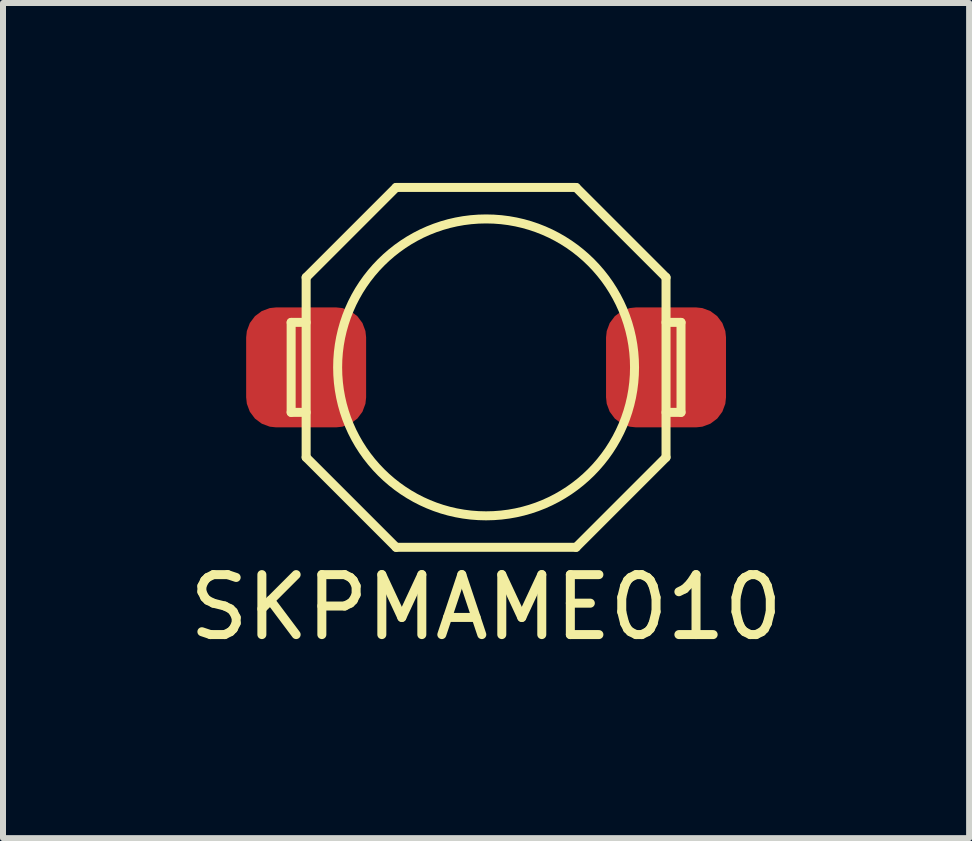
<source format=kicad_pcb>
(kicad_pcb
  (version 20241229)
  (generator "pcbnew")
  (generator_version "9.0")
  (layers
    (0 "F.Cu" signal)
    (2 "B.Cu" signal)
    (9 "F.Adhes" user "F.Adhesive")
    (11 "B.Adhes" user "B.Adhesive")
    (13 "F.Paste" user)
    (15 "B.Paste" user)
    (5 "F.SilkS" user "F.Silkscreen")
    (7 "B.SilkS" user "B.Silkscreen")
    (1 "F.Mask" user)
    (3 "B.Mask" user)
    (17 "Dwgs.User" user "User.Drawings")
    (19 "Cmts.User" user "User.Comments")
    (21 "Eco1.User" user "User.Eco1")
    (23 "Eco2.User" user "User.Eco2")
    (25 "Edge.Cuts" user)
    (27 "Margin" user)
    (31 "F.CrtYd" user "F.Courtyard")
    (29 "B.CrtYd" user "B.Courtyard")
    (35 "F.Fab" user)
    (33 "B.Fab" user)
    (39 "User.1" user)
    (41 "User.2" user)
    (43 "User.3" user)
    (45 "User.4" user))
  (footprint "SKPMAME010"
    (layer "F.Cu")
    (at 5.054 3.075)
    (property "Reference" "SKPMAME010" (at 0 4 0) (layer "F.SilkS") (effects (font (size 1 1) (thickness 0.15))))
    (attr through_hole)
    (fp_line (start -3.25 -0.75) (end -3.25 0.75) (stroke (width 0.15) (type solid)) (layer "F.SilkS"))
    (fp_line (start -3.25 0.75) (end -3 0.75) (stroke (width 0.15) (type solid)) (layer "F.SilkS"))
    (fp_line (start -3 -1.5) (end -1.5 -3) (stroke (width 0.15) (type solid)) (layer "F.SilkS"))
    (fp_line (start -3 -0.75) (end -3.25 -0.75) (stroke (width 0.15) (type solid)) (layer "F.SilkS"))
    (fp_line (start -3 1.5) (end -3 -1.5) (stroke (width 0.15) (type solid)) (layer "F.SilkS"))
    (fp_line (start -1.5 -3) (end 1.5 -3) (stroke (width 0.15) (type solid)) (layer "F.SilkS"))
    (fp_line (start -1.5 3) (end -3 1.5) (stroke (width 0.15) (type solid)) (layer "F.SilkS"))
    (fp_line (start 1.5 -3) (end 3 -1.5) (stroke (width 0.15) (type solid)) (layer "F.SilkS"))
    (fp_line (start 1.5 3) (end -1.5 3) (stroke (width 0.15) (type solid)) (layer "F.SilkS"))
    (fp_line (start 3 -1.5) (end 3 1.5) (stroke (width 0.15) (type solid)) (layer "F.SilkS"))
    (fp_line (start 3 -0.75) (end 3.25 -0.75) (stroke (width 0.15) (type solid)) (layer "F.SilkS"))
    (fp_line (start 3 1.5) (end 1.5 3) (stroke (width 0.15) (type solid)) (layer "F.SilkS"))
    (fp_line (start 3.25 -0.75) (end 3.25 0.75) (stroke (width 0.15) (type solid)) (layer "F.SilkS"))
    (fp_line (start 3.25 0.75) (end 3 0.75) (stroke (width 0.15) (type solid)) (layer "F.SilkS"))
    (fp_circle (center 0 0) (end 1.75 -1.75) (stroke (width 0.15) (type solid)) (fill no) (layer "F.SilkS"))
    (pad "1" smd roundrect (at -3 0) (size 2 2) (layers "F.Cu" "F.Mask" "F.Paste") (roundrect_rratio 0.25))
    (pad "2" smd roundrect (at 3 0) (size 2 2) (layers "F.Cu" "F.Mask" "F.Paste") (roundrect_rratio 0.25)))
  (gr_rect
    (start -3 -3)
    (end 13.107 10.923)
    (stroke (width 0.1) (type default))
    (fill no)
    (layer "Edge.Cuts")))
</source>
